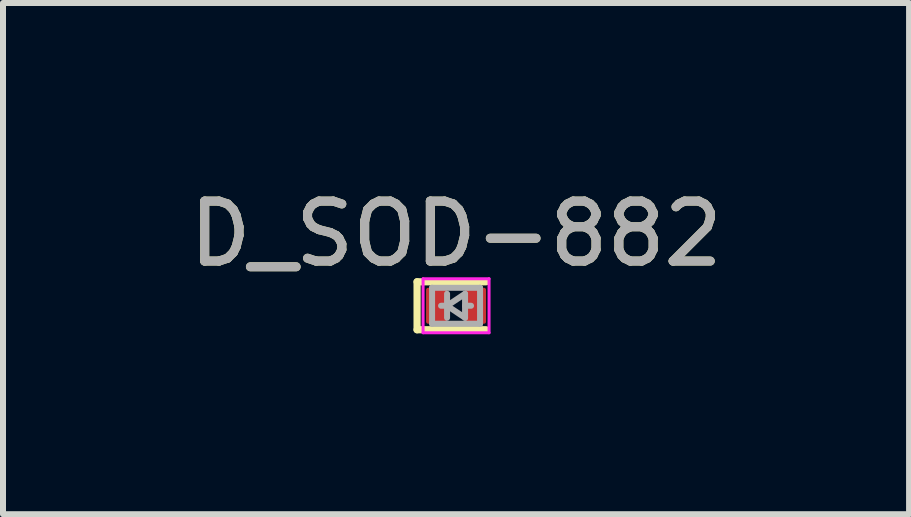
<source format=kicad_pcb>
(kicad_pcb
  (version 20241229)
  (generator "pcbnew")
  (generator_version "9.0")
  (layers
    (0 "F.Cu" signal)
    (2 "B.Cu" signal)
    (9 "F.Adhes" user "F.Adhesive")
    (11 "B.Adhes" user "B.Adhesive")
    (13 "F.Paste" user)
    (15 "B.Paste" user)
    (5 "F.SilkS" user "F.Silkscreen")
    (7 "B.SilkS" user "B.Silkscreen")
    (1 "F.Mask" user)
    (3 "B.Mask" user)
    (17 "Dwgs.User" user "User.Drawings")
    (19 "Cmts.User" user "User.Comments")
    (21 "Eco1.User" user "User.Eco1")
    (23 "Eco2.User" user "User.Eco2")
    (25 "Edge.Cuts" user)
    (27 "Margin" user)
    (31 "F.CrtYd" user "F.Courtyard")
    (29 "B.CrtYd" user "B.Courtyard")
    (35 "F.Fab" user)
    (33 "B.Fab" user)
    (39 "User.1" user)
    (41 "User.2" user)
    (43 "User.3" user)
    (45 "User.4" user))
  (footprint "D_SOD-882"
    (layer "F.Cu")
    (at 4.554 2.048)
    (property "Reference" "D_SOD-882" (at 0 -1.2 0) (layer "F.SilkS") (effects (font (size 1 1) (thickness 0.15))))
    (attr smd)
    (fp_line (start -0.65 -0.4) (end -0.65 0.4) (stroke (width 0.12) (type solid)) (layer "F.SilkS"))
    (fp_line (start 0.5 -0.4) (end -0.65 -0.4) (stroke (width 0.12) (type solid)) (layer "F.SilkS"))
    (fp_line (start 0.5 0.4) (end -0.65 0.4) (stroke (width 0.12) (type solid)) (layer "F.SilkS"))
    (fp_line (start -0.55 -0.45) (end 0.55 -0.45) (stroke (width 0.05) (type solid)) (layer "F.CrtYd"))
    (fp_line (start -0.55 0.45) (end -0.55 -0.45) (stroke (width 0.05) (type solid)) (layer "F.CrtYd"))
    (fp_line (start 0.55 -0.45) (end 0.55 0.45) (stroke (width 0.05) (type solid)) (layer "F.CrtYd"))
    (fp_line (start 0.55 0.45) (end -0.55 0.45) (stroke (width 0.05) (type solid)) (layer "F.CrtYd"))
    (fp_line (start -0.4 -0.3) (end 0.4 -0.3) (stroke (width 0.1) (type solid)) (layer "F.Fab"))
    (fp_line (start -0.4 0.3) (end -0.4 -0.3) (stroke (width 0.1) (type solid)) (layer "F.Fab"))
    (fp_line (start -0.15 0) (end -0.25 0) (stroke (width 0.1) (type solid)) (layer "F.Fab"))
    (fp_line (start -0.15 0) (end 0.15 0.2) (stroke (width 0.1) (type solid)) (layer "F.Fab"))
    (fp_line (start -0.15 0.2) (end -0.15 -0.2) (stroke (width 0.1) (type solid)) (layer "F.Fab"))
    (fp_line (start 0.15 -0.2) (end -0.15 0) (stroke (width 0.1) (type solid)) (layer "F.Fab"))
    (fp_line (start 0.15 0) (end 0.25 0) (stroke (width 0.1) (type solid)) (layer "F.Fab"))
    (fp_line (start 0.15 0.2) (end 0.15 -0.2) (stroke (width 0.1) (type solid)) (layer "F.Fab"))
    (fp_line (start 0.4 -0.3) (end 0.4 0.3) (stroke (width 0.1) (type solid)) (layer "F.Fab"))
    (fp_line (start 0.4 0.3) (end -0.4 0.3) (stroke (width 0.1) (type solid)) (layer "F.Fab"))
    (fp_text user "${REFERENCE}" (at 0 -1.2 0) (layer "F.Fab") (effects (font (size 1 1) (thickness 0.15))))
    (pad "1" smd roundrect (at -0.325 0 180) (size 0.35 0.6) (layers "F.Cu" "F.Mask" "F.Paste") (roundrect_rratio 0.1))
    (pad "2" smd roundrect (at 0.325 0 180) (size 0.35 0.6) (layers "F.Cu" "F.Mask" "F.Paste") (roundrect_rratio 0.1)))
  (gr_rect
    (start -3 -3)
    (end 12.107 5.523)
    (stroke (width 0.1) (type default))
    (fill no)
    (layer "Edge.Cuts")))
</source>
